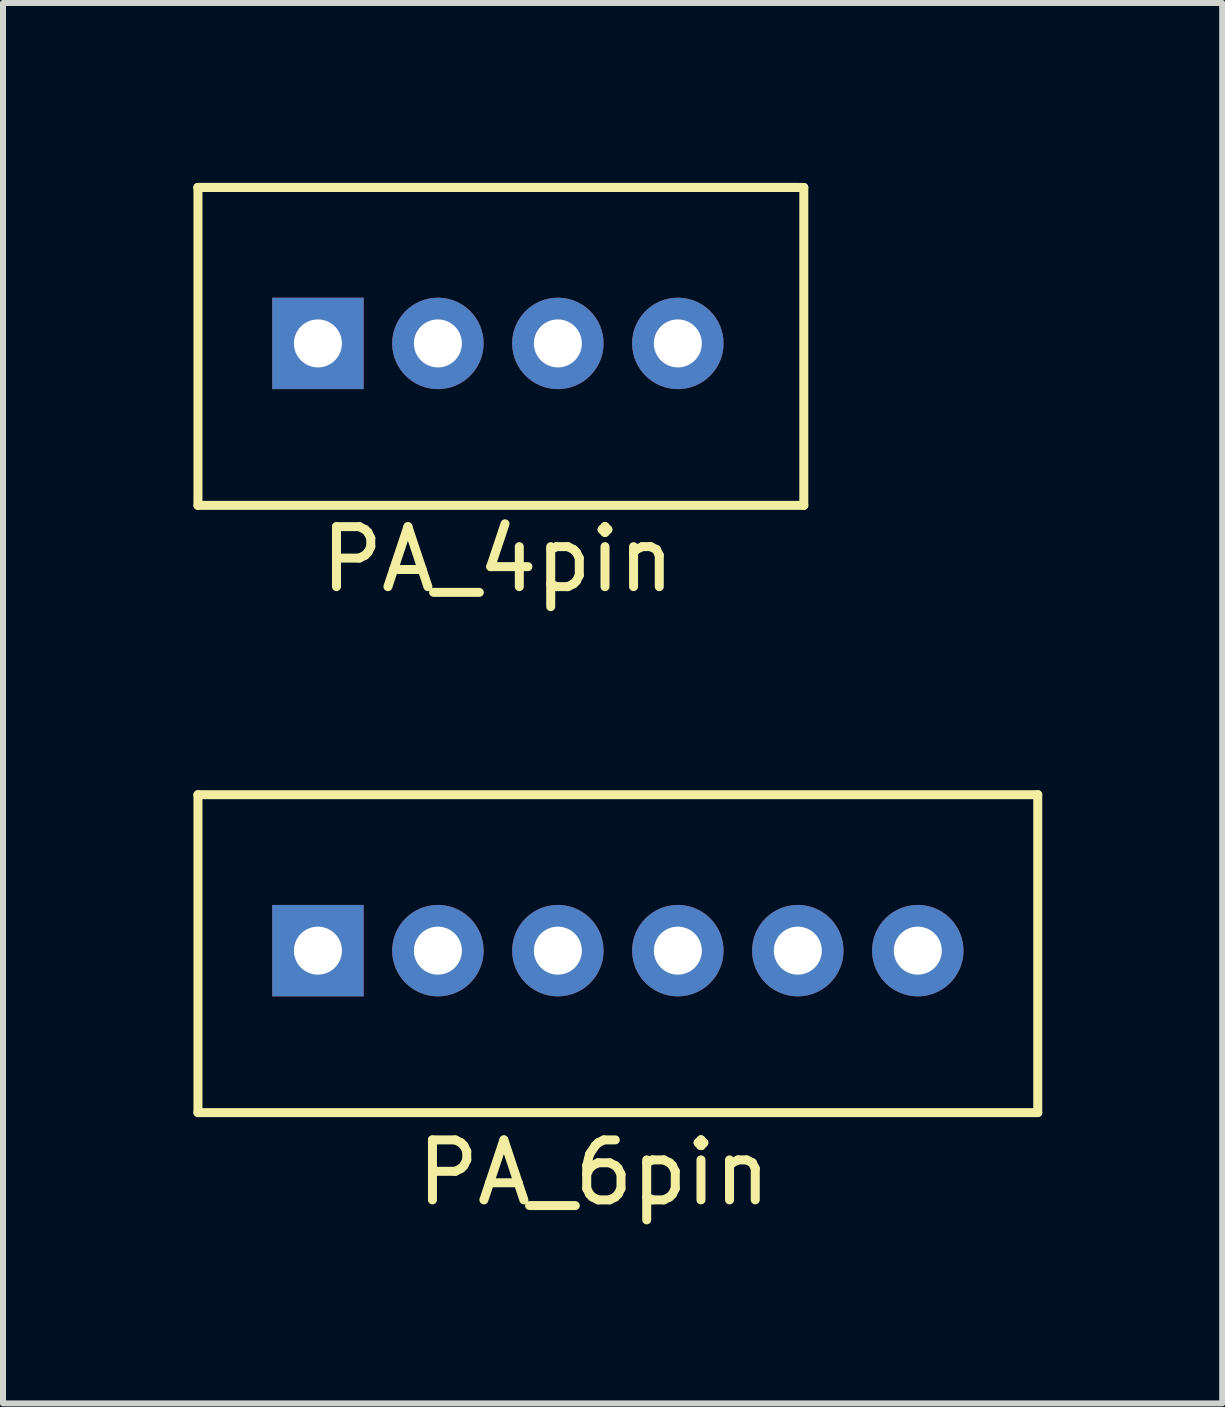
<source format=kicad_pcb>
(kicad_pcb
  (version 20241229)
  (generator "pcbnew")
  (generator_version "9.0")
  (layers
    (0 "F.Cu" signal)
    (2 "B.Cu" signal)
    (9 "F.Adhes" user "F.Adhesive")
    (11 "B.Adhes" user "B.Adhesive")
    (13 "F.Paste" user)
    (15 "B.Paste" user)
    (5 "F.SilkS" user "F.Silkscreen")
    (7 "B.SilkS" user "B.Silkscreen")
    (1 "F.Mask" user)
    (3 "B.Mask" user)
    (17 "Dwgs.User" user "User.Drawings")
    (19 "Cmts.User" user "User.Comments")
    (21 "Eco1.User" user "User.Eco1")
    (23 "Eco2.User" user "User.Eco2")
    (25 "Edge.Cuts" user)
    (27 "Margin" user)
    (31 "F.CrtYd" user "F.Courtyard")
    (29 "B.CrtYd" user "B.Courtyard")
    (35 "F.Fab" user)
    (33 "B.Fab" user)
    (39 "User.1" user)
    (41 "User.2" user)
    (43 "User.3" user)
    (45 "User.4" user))
  (footprint "PA_6pin"
    (layer "F.Cu")
    (at 0.25 15.798)
    (property "Reference" "PA_6pin" (at 6.6 0.7 0) (layer "F.SilkS") (effects (font (size 1 1) (thickness 0.15))))
    (attr through_hole)
    (fp_line (start 0 -5.6) (end 0 -0.3) (stroke (width 0.15) (type solid)) (layer "F.SilkS"))
    (fp_line (start 0 -5.6) (end 14 -5.6) (stroke (width 0.15) (type solid)) (layer "F.SilkS"))
    (fp_line (start 0 -0.3) (end 14 -0.3) (stroke (width 0.15) (type solid)) (layer "F.SilkS"))
    (fp_line (start 14 -5.6) (end 14 -0.3) (stroke (width 0.15) (type solid)) (layer "F.SilkS"))
    (pad "1" thru_hole rect (at 2 -3) (size 1.524 1.524) (drill 0.8) (layers "*.Cu" "*.Mask"))
    (pad "2" thru_hole circle (at 4 -3) (size 1.524 1.524) (drill 0.8) (layers "*.Cu" "*.Mask"))
    (pad "3" thru_hole circle (at 6 -3) (size 1.524 1.524) (drill 0.8) (layers "*.Cu" "*.Mask"))
    (pad "4" thru_hole circle (at 8 -3) (size 1.524 1.524) (drill 0.8) (layers "*.Cu" "*.Mask"))
    (pad "5" thru_hole circle (at 10 -3) (size 1.524 1.524) (drill 0.8) (layers "*.Cu" "*.Mask"))
    (pad "6" thru_hole circle (at 12 -3) (size 1.524 1.524) (drill 0.8) (layers "*.Cu" "*.Mask")))
  (footprint "PA_4pin"
    (layer "F.Cu")
    (at 0.25 5.675)
    (property "Reference" "PA_4pin" (at 5 0.6 0) (layer "F.SilkS") (effects (font (size 1 1) (thickness 0.15))))
    (attr through_hole)
    (fp_line (start 0 -5.6) (end 0 -0.3) (stroke (width 0.15) (type solid)) (layer "F.SilkS"))
    (fp_line (start 0 -5.6) (end 10.1 -5.6) (stroke (width 0.15) (type solid)) (layer "F.SilkS"))
    (fp_line (start 10 -5.6) (end 0 -5.6) (stroke (width 0.15) (type solid)) (layer "F.SilkS"))
    (fp_line (start 10.1 -5.6) (end 10.1 -0.3) (stroke (width 0.15) (type solid)) (layer "F.SilkS"))
    (fp_line (start 10.1 -0.3) (end 0 -0.3) (stroke (width 0.15) (type solid)) (layer "F.SilkS"))
    (pad "1" thru_hole rect (at 2 -3) (size 1.524 1.524) (drill 0.8) (layers "*.Cu" "*.Mask"))
    (pad "2" thru_hole circle (at 4 -3) (size 1.524 1.524) (drill 0.8) (layers "*.Cu" "*.Mask"))
    (pad "3" thru_hole circle (at 6 -3) (size 1.524 1.524) (drill 0.8) (layers "*.Cu" "*.Mask"))
    (pad "4" thru_hole circle (at 8 -3) (size 1.524 1.524) (drill 0.8) (layers "*.Cu" "*.Mask")))
  (gr_rect
    (start -3 -3)
    (end 17.325 20.346)
    (stroke (width 0.1) (type default))
    (fill no)
    (layer "Edge.Cuts")))
</source>
